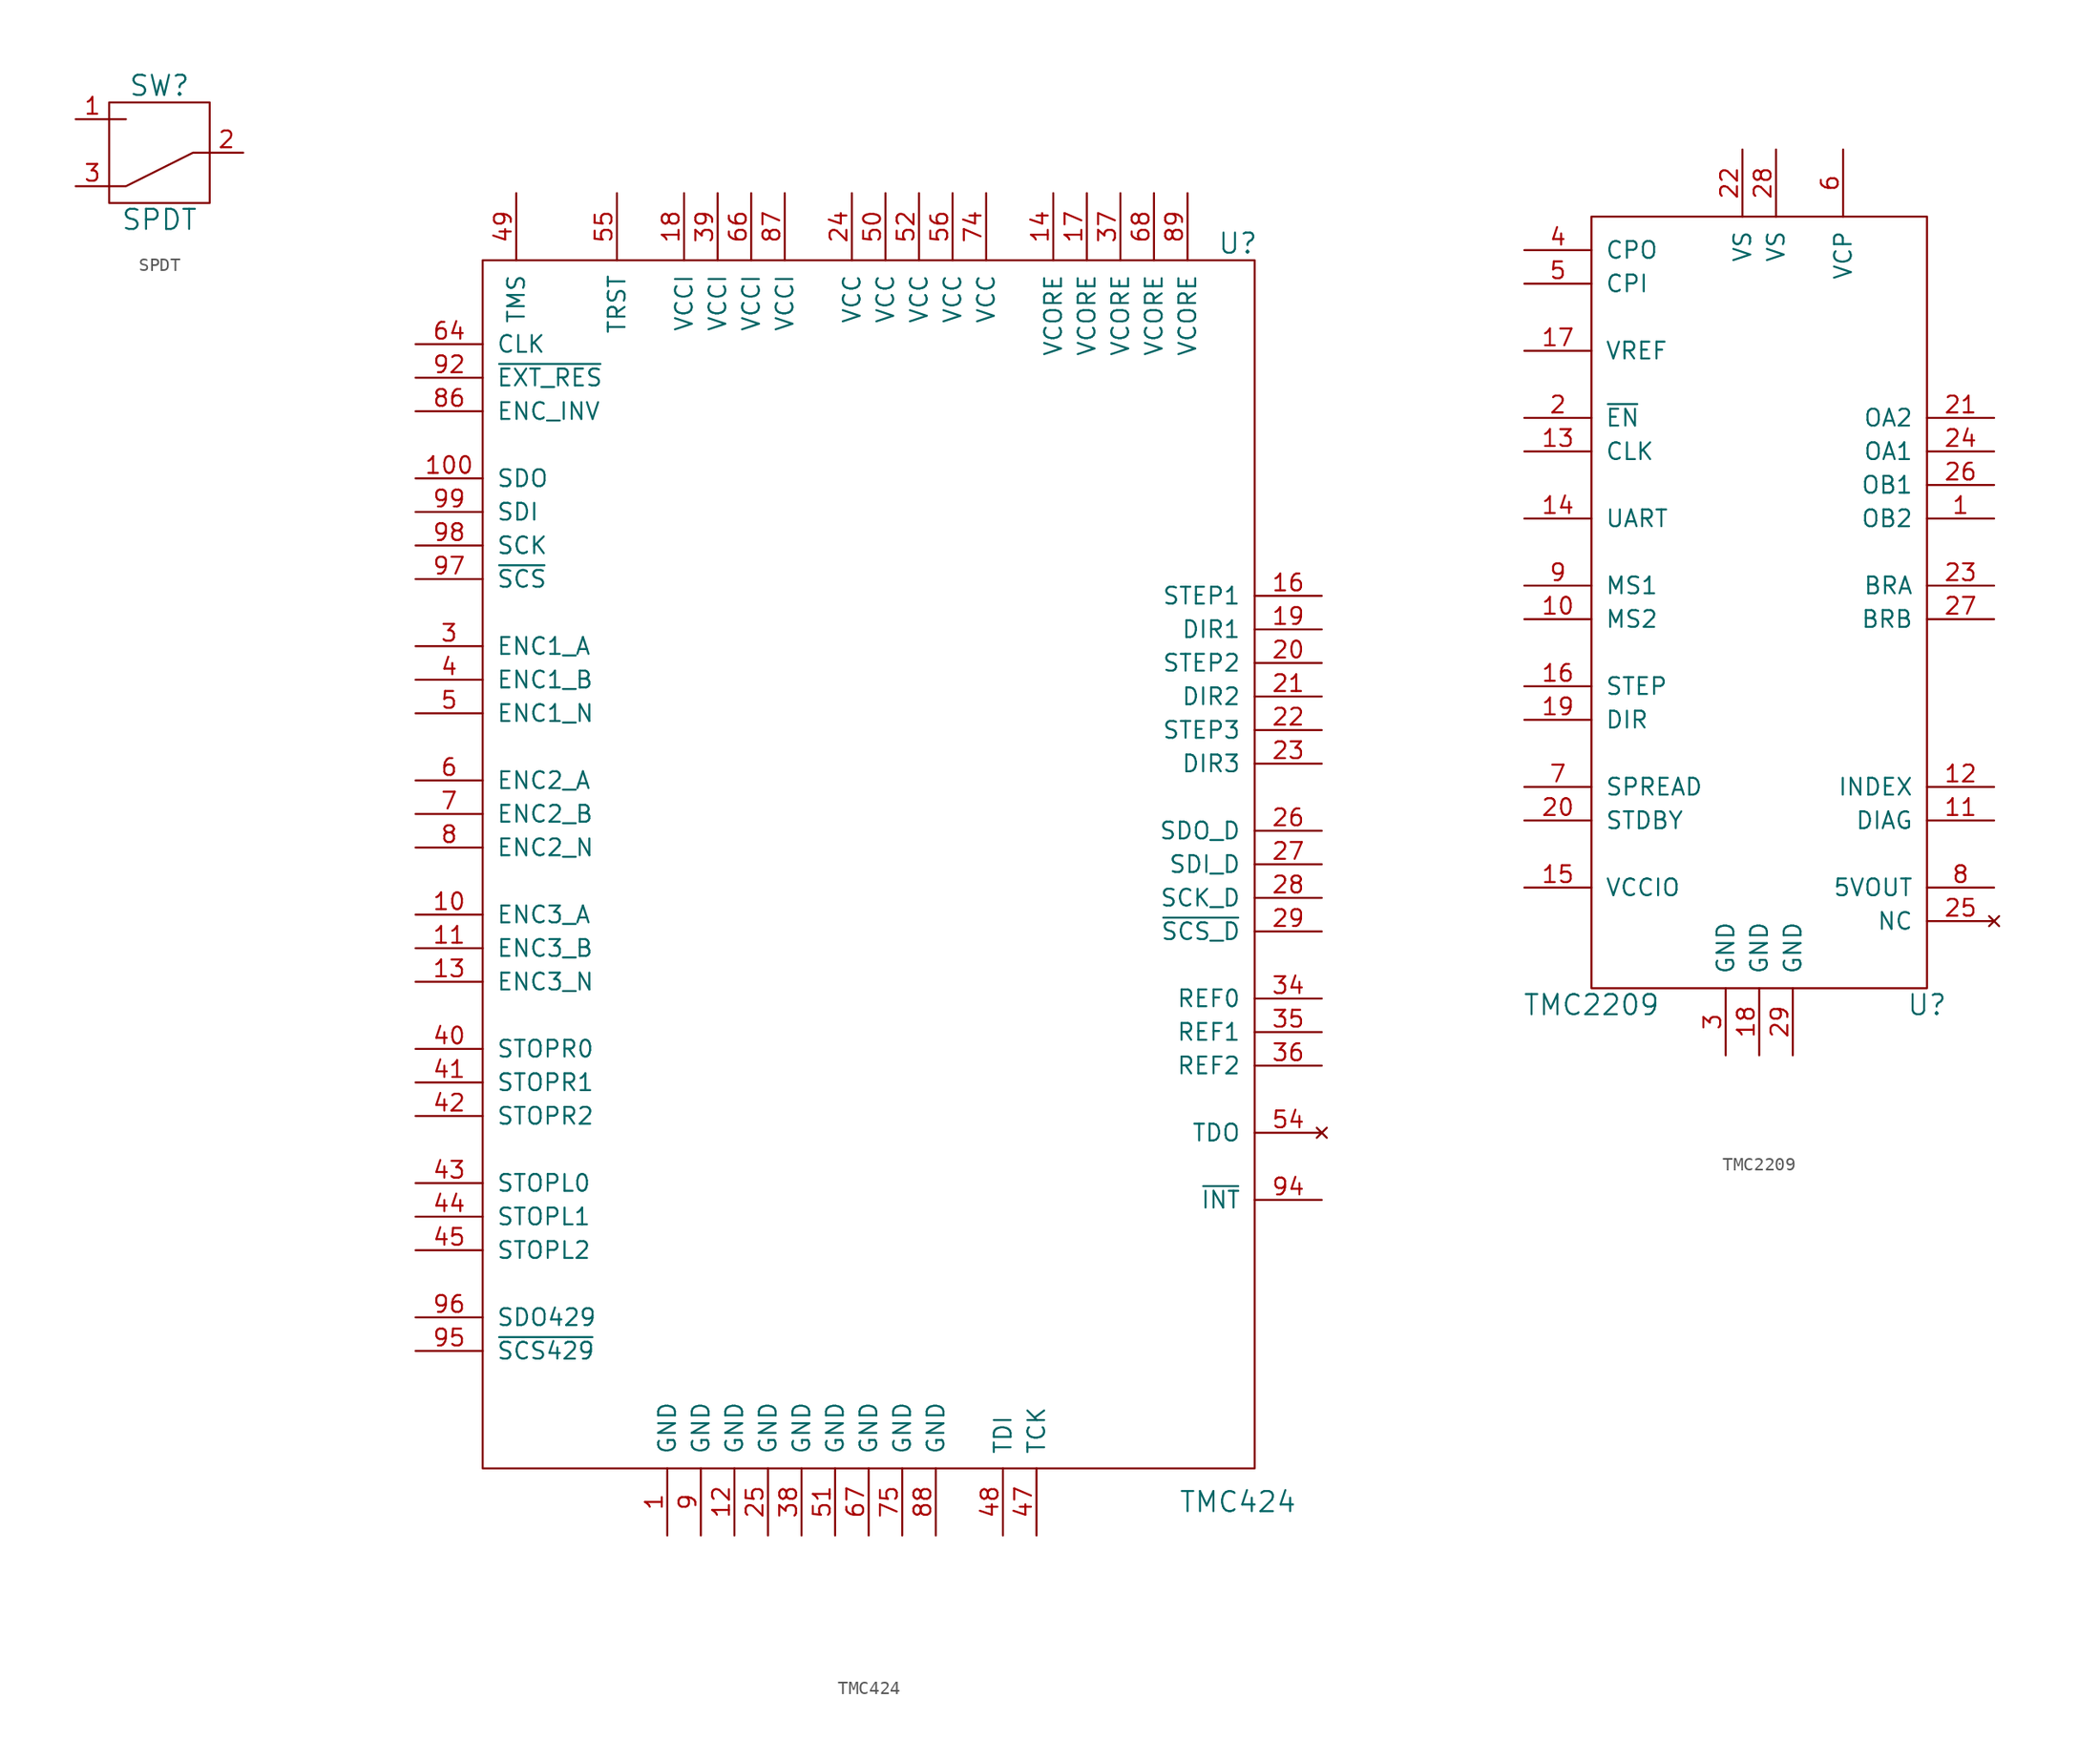
<source format=kicad_sym>
(kicad_symbol_lib
  (version 20211014)
  (generator kicad_symbol_editor)
  (symbol "SPDT"
    (pin_names
      (offset 1.016))
    (property "Reference" "SW"
      (at 0 5.08 0)
      (effects (font (size 1.524 1.524))))
    (property "Value" "SPDT"
      (at 0 -5.08 0)
      (effects (font (size 1.524 1.524))))
    (property "Footprint" ""
      (at 0 0 0)
      (effects (font (size 1.524 1.524))))
    (property "Datasheet" ""
      (at 0 0 0)
      (effects (font (size 1.524 1.524))))
    (symbol "SPDT_0_1"
      (rectangle (start -3.81 3.81) (end 3.81 -3.81) (stroke (width 0) (type default) (color 0 0 0 0)) (fill (type none)))
      (polyline (pts (xy -3.81 2.54) (xy -2.54 2.54)) (stroke (width 0) (type default) (color 0 0 0 0)) (fill (type none)))
      (polyline (pts (xy -3.81 -2.54) (xy -2.54 -2.54) (xy 2.54 0) (xy 3.81 0)) (stroke (width 0) (type default) (color 0 0 0 0)) (fill (type none))))
    (symbol "SPDT_1_1"
      (pin bidirectional line (at -6.35 2.54 0) (length 2.54) (name "~" (effects (font (size 1.27 1.27)))) (number "1" (effects (font (size 1.27 1.27)))))
      (pin bidirectional line (at 6.35 0 180) (length 2.54) (name "~" (effects (font (size 1.27 1.27)))) (number "2" (effects (font (size 1.27 1.27)))))
      (pin bidirectional line (at -6.35 -2.54 0) (length 2.54) (name "~" (effects (font (size 1.27 1.27)))) (number "3" (effects (font (size 1.27 1.27)))))))
  (symbol "TMC424"
    (pin_names
      (offset 1.016))
    (property "Reference" "U"
      (at 27.94 46.99 0)
      (effects (font (size 1.524 1.524))))
    (property "Value" "TMC424"
      (at 27.94 -48.26 0)
      (effects (font (size 1.524 1.524))))
    (symbol "TMC424_0_1"
      (rectangle (start -29.21 45.72) (end 29.21 -45.72) (stroke (width 0) (type default) (color 0 0 0 0)) (fill (type none))))
    (symbol "TMC424_1_1"
      (pin power_in line (at -15.24 -50.8 90) (length 5.08) (name "GND" (effects (font (size 1.27 1.27)))) (number "1" (effects (font (size 1.27 1.27)))))
      (pin input line (at -34.29 -3.81 0) (length 5.08) (name "ENC3_A" (effects (font (size 1.27 1.27)))) (number "10" (effects (font (size 1.27 1.27)))))
      (pin output line (at -34.29 29.21 0) (length 5.08) (name "SDO" (effects (font (size 1.27 1.27)))) (number "100" (effects (font (size 1.27 1.27)))))
      (pin input line (at -34.29 -6.35 0) (length 5.08) (name "ENC3_B" (effects (font (size 1.27 1.27)))) (number "11" (effects (font (size 1.27 1.27)))))
      (pin power_in line (at -10.16 -50.8 90) (length 5.08) (name "GND" (effects (font (size 1.27 1.27)))) (number "12" (effects (font (size 1.27 1.27)))))
      (pin input line (at -34.29 -8.89 0) (length 5.08) (name "ENC3_N" (effects (font (size 1.27 1.27)))) (number "13" (effects (font (size 1.27 1.27)))))
      (pin power_in line (at 13.97 50.8 270) (length 5.08) (name "VCORE" (effects (font (size 1.27 1.27)))) (number "14" (effects (font (size 1.27 1.27)))))
      (pin output line (at 34.29 20.32 180) (length 5.08) (name "STEP1" (effects (font (size 1.27 1.27)))) (number "16" (effects (font (size 1.27 1.27)))))
      (pin power_in line (at 16.51 50.8 270) (length 5.08) (name "VCORE" (effects (font (size 1.27 1.27)))) (number "17" (effects (font (size 1.27 1.27)))))
      (pin power_in line (at -13.97 50.8 270) (length 5.08) (name "VCCI" (effects (font (size 1.27 1.27)))) (number "18" (effects (font (size 1.27 1.27)))))
      (pin output line (at 34.29 17.78 180) (length 5.08) (name "DIR1" (effects (font (size 1.27 1.27)))) (number "19" (effects (font (size 1.27 1.27)))))
      (pin output line (at 34.29 15.24 180) (length 5.08) (name "STEP2" (effects (font (size 1.27 1.27)))) (number "20" (effects (font (size 1.27 1.27)))))
      (pin output line (at 34.29 12.7 180) (length 5.08) (name "DIR2" (effects (font (size 1.27 1.27)))) (number "21" (effects (font (size 1.27 1.27)))))
      (pin output line (at 34.29 10.16 180) (length 5.08) (name "STEP3" (effects (font (size 1.27 1.27)))) (number "22" (effects (font (size 1.27 1.27)))))
      (pin output line (at 34.29 7.62 180) (length 5.08) (name "DIR3" (effects (font (size 1.27 1.27)))) (number "23" (effects (font (size 1.27 1.27)))))
      (pin power_in line (at -1.27 50.8 270) (length 5.08) (name "VCC" (effects (font (size 1.27 1.27)))) (number "24" (effects (font (size 1.27 1.27)))))
      (pin power_in line (at -7.62 -50.8 90) (length 5.08) (name "GND" (effects (font (size 1.27 1.27)))) (number "25" (effects (font (size 1.27 1.27)))))
      (pin output line (at 34.29 2.54 180) (length 5.08) (name "SDO_D" (effects (font (size 1.27 1.27)))) (number "26" (effects (font (size 1.27 1.27)))))
      (pin input line (at 34.29 0 180) (length 5.08) (name "SDI_D" (effects (font (size 1.27 1.27)))) (number "27" (effects (font (size 1.27 1.27)))))
      (pin input line (at 34.29 -2.54 180) (length 5.08) (name "SCK_D" (effects (font (size 1.27 1.27)))) (number "28" (effects (font (size 1.27 1.27)))))
      (pin input line (at 34.29 -5.08 180) (length 5.08) (name "~{SCS_D}" (effects (font (size 1.27 1.27)))) (number "29" (effects (font (size 1.27 1.27)))))
      (pin input line (at -34.29 16.51 0) (length 5.08) (name "ENC1_A" (effects (font (size 1.27 1.27)))) (number "3" (effects (font (size 1.27 1.27)))))
      (pin output line (at 34.29 -10.16 180) (length 5.08) (name "REF0" (effects (font (size 1.27 1.27)))) (number "34" (effects (font (size 1.27 1.27)))))
      (pin output line (at 34.29 -12.7 180) (length 5.08) (name "REF1" (effects (font (size 1.27 1.27)))) (number "35" (effects (font (size 1.27 1.27)))))
      (pin output line (at 34.29 -15.24 180) (length 5.08) (name "REF2" (effects (font (size 1.27 1.27)))) (number "36" (effects (font (size 1.27 1.27)))))
      (pin power_in line (at 19.05 50.8 270) (length 5.08) (name "VCORE" (effects (font (size 1.27 1.27)))) (number "37" (effects (font (size 1.27 1.27)))))
      (pin power_in line (at -5.08 -50.8 90) (length 5.08) (name "GND" (effects (font (size 1.27 1.27)))) (number "38" (effects (font (size 1.27 1.27)))))
      (pin power_in line (at -11.43 50.8 270) (length 5.08) (name "VCCI" (effects (font (size 1.27 1.27)))) (number "39" (effects (font (size 1.27 1.27)))))
      (pin input line (at -34.29 13.97 0) (length 5.08) (name "ENC1_B" (effects (font (size 1.27 1.27)))) (number "4" (effects (font (size 1.27 1.27)))))
      (pin input line (at -34.29 -13.97 0) (length 5.08) (name "STOPR0" (effects (font (size 1.27 1.27)))) (number "40" (effects (font (size 1.27 1.27)))))
      (pin input line (at -34.29 -16.51 0) (length 5.08) (name "STOPR1" (effects (font (size 1.27 1.27)))) (number "41" (effects (font (size 1.27 1.27)))))
      (pin input line (at -34.29 -19.05 0) (length 5.08) (name "STOPR2" (effects (font (size 1.27 1.27)))) (number "42" (effects (font (size 1.27 1.27)))))
      (pin input line (at -34.29 -24.13 0) (length 5.08) (name "STOPL0" (effects (font (size 1.27 1.27)))) (number "43" (effects (font (size 1.27 1.27)))))
      (pin input line (at -34.29 -26.67 0) (length 5.08) (name "STOPL1" (effects (font (size 1.27 1.27)))) (number "44" (effects (font (size 1.27 1.27)))))
      (pin input line (at -34.29 -29.21 0) (length 5.08) (name "STOPL2" (effects (font (size 1.27 1.27)))) (number "45" (effects (font (size 1.27 1.27)))))
      (pin power_in line (at 12.7 -50.8 90) (length 5.08) (name "TCK" (effects (font (size 1.27 1.27)))) (number "47" (effects (font (size 1.27 1.27)))))
      (pin power_in line (at 10.16 -50.8 90) (length 5.08) (name "TDI" (effects (font (size 1.27 1.27)))) (number "48" (effects (font (size 1.27 1.27)))))
      (pin passive line (at -26.67 50.8 270) (length 5.08) (name "TMS" (effects (font (size 1.27 1.27)))) (number "49" (effects (font (size 1.27 1.27)))))
      (pin input line (at -34.29 11.43 0) (length 5.08) (name "ENC1_N" (effects (font (size 1.27 1.27)))) (number "5" (effects (font (size 1.27 1.27)))))
      (pin power_in line (at 1.27 50.8 270) (length 5.08) (name "VCC" (effects (font (size 1.27 1.27)))) (number "50" (effects (font (size 1.27 1.27)))))
      (pin power_in line (at -2.54 -50.8 90) (length 5.08) (name "GND" (effects (font (size 1.27 1.27)))) (number "51" (effects (font (size 1.27 1.27)))))
      (pin power_in line (at 3.81 50.8 270) (length 5.08) (name "VCC" (effects (font (size 1.27 1.27)))) (number "52" (effects (font (size 1.27 1.27)))))
      (pin no_connect line (at 34.29 -20.32 180) (length 5.08) (name "TDO" (effects (font (size 1.27 1.27)))) (number "54" (effects (font (size 1.27 1.27)))))
      (pin passive line (at -19.05 50.8 270) (length 5.08) (name "TRST" (effects (font (size 1.27 1.27)))) (number "55" (effects (font (size 1.27 1.27)))))
      (pin power_in line (at 6.35 50.8 270) (length 5.08) (name "VCC" (effects (font (size 1.27 1.27)))) (number "56" (effects (font (size 1.27 1.27)))))
      (pin input line (at -34.29 6.35 0) (length 5.08) (name "ENC2_A" (effects (font (size 1.27 1.27)))) (number "6" (effects (font (size 1.27 1.27)))))
      (pin input line (at -34.29 39.37 0) (length 5.08) (name "CLK" (effects (font (size 1.27 1.27)))) (number "64" (effects (font (size 1.27 1.27)))))
      (pin power_in line (at -8.89 50.8 270) (length 5.08) (name "VCCI" (effects (font (size 1.27 1.27)))) (number "66" (effects (font (size 1.27 1.27)))))
      (pin power_in line (at 0 -50.8 90) (length 5.08) (name "GND" (effects (font (size 1.27 1.27)))) (number "67" (effects (font (size 1.27 1.27)))))
      (pin power_in line (at 21.59 50.8 270) (length 5.08) (name "VCORE" (effects (font (size 1.27 1.27)))) (number "68" (effects (font (size 1.27 1.27)))))
      (pin input line (at -34.29 3.81 0) (length 5.08) (name "ENC2_B" (effects (font (size 1.27 1.27)))) (number "7" (effects (font (size 1.27 1.27)))))
      (pin power_in line (at 8.89 50.8 270) (length 5.08) (name "VCC" (effects (font (size 1.27 1.27)))) (number "74" (effects (font (size 1.27 1.27)))))
      (pin power_in line (at 2.54 -50.8 90) (length 5.08) (name "GND" (effects (font (size 1.27 1.27)))) (number "75" (effects (font (size 1.27 1.27)))))
      (pin input line (at -34.29 1.27 0) (length 5.08) (name "ENC2_N" (effects (font (size 1.27 1.27)))) (number "8" (effects (font (size 1.27 1.27)))))
      (pin input line (at -34.29 34.29 0) (length 5.08) (name "ENC_INV" (effects (font (size 1.27 1.27)))) (number "86" (effects (font (size 1.27 1.27)))))
      (pin power_in line (at -6.35 50.8 270) (length 5.08) (name "VCCI" (effects (font (size 1.27 1.27)))) (number "87" (effects (font (size 1.27 1.27)))))
      (pin power_in line (at 5.08 -50.8 90) (length 5.08) (name "GND" (effects (font (size 1.27 1.27)))) (number "88" (effects (font (size 1.27 1.27)))))
      (pin power_in line (at 24.13 50.8 270) (length 5.08) (name "VCORE" (effects (font (size 1.27 1.27)))) (number "89" (effects (font (size 1.27 1.27)))))
      (pin power_in line (at -12.7 -50.8 90) (length 5.08) (name "GND" (effects (font (size 1.27 1.27)))) (number "9" (effects (font (size 1.27 1.27)))))
      (pin input line (at -34.29 36.83 0) (length 5.08) (name "~{EXT_RES}" (effects (font (size 1.27 1.27)))) (number "92" (effects (font (size 1.27 1.27)))))
      (pin output line (at 34.29 -25.4 180) (length 5.08) (name "~{INT}" (effects (font (size 1.27 1.27)))) (number "94" (effects (font (size 1.27 1.27)))))
      (pin input line (at -34.29 -36.83 0) (length 5.08) (name "~{SCS429}" (effects (font (size 1.27 1.27)))) (number "95" (effects (font (size 1.27 1.27)))))
      (pin input line (at -34.29 -34.29 0) (length 5.08) (name "SDO429" (effects (font (size 1.27 1.27)))) (number "96" (effects (font (size 1.27 1.27)))))
      (pin input line (at -34.29 21.59 0) (length 5.08) (name "~{SCS}" (effects (font (size 1.27 1.27)))) (number "97" (effects (font (size 1.27 1.27)))))
      (pin input line (at -34.29 24.13 0) (length 5.08) (name "SCK" (effects (font (size 1.27 1.27)))) (number "98" (effects (font (size 1.27 1.27)))))
      (pin input line (at -34.29 26.67 0) (length 5.08) (name "SDI" (effects (font (size 1.27 1.27)))) (number "99" (effects (font (size 1.27 1.27)))))))
  (symbol "TMC2209"
    (pin_names
      (offset 1.016))
    (property "Reference" "U"
      (at 12.7 -30.48 0)
      (effects (font (size 1.524 1.524))))
    (property "Value" "TMC2209"
      (at -12.7 -30.48 0)
      (effects (font (size 1.524 1.524))))
    (symbol "TMC2209_0_1"
      (rectangle (start -12.7 29.21) (end 12.7 -29.21) (stroke (width 0) (type default) (color 0 0 0 0)) (fill (type none))))
    (symbol "TMC2209_1_1"
      (pin passive line (at 17.78 6.35 180) (length 5.08) (name "OB2" (effects (font (size 1.27 1.27)))) (number "1" (effects (font (size 1.27 1.27)))))
      (pin passive line (at -17.78 -1.27 0) (length 5.08) (name "MS2" (effects (font (size 1.27 1.27)))) (number "10" (effects (font (size 1.27 1.27)))))
      (pin passive line (at 17.78 -16.51 180) (length 5.08) (name "DIAG" (effects (font (size 1.27 1.27)))) (number "11" (effects (font (size 1.27 1.27)))))
      (pin passive line (at 17.78 -13.97 180) (length 5.08) (name "INDEX" (effects (font (size 1.27 1.27)))) (number "12" (effects (font (size 1.27 1.27)))))
      (pin input line (at -17.78 11.43 0) (length 5.08) (name "CLK" (effects (font (size 1.27 1.27)))) (number "13" (effects (font (size 1.27 1.27)))))
      (pin passive line (at -17.78 6.35 0) (length 5.08) (name "UART" (effects (font (size 1.27 1.27)))) (number "14" (effects (font (size 1.27 1.27)))))
      (pin passive line (at -17.78 -21.59 0) (length 5.08) (name "VCCIO" (effects (font (size 1.27 1.27)))) (number "15" (effects (font (size 1.27 1.27)))))
      (pin input line (at -17.78 -6.35 0) (length 5.08) (name "STEP" (effects (font (size 1.27 1.27)))) (number "16" (effects (font (size 1.27 1.27)))))
      (pin passive line (at -17.78 19.05 0) (length 5.08) (name "VREF" (effects (font (size 1.27 1.27)))) (number "17" (effects (font (size 1.27 1.27)))))
      (pin power_in line (at 0 -34.29 90) (length 5.08) (name "GND" (effects (font (size 1.27 1.27)))) (number "18" (effects (font (size 1.27 1.27)))))
      (pin input line (at -17.78 -8.89 0) (length 5.08) (name "DIR" (effects (font (size 1.27 1.27)))) (number "19" (effects (font (size 1.27 1.27)))))
      (pin input line (at -17.78 13.97 0) (length 5.08) (name "~{EN}" (effects (font (size 1.27 1.27)))) (number "2" (effects (font (size 1.27 1.27)))))
      (pin passive line (at -17.78 -16.51 0) (length 5.08) (name "STDBY" (effects (font (size 1.27 1.27)))) (number "20" (effects (font (size 1.27 1.27)))))
      (pin passive line (at 17.78 13.97 180) (length 5.08) (name "OA2" (effects (font (size 1.27 1.27)))) (number "21" (effects (font (size 1.27 1.27)))))
      (pin power_in line (at -1.27 34.29 270) (length 5.08) (name "VS" (effects (font (size 1.27 1.27)))) (number "22" (effects (font (size 1.27 1.27)))))
      (pin passive line (at 17.78 1.27 180) (length 5.08) (name "BRA" (effects (font (size 1.27 1.27)))) (number "23" (effects (font (size 1.27 1.27)))))
      (pin passive line (at 17.78 11.43 180) (length 5.08) (name "OA1" (effects (font (size 1.27 1.27)))) (number "24" (effects (font (size 1.27 1.27)))))
      (pin no_connect line (at 17.78 -24.13 180) (length 5.08) (name "NC" (effects (font (size 1.27 1.27)))) (number "25" (effects (font (size 1.27 1.27)))))
      (pin passive line (at 17.78 8.89 180) (length 5.08) (name "OB1" (effects (font (size 1.27 1.27)))) (number "26" (effects (font (size 1.27 1.27)))))
      (pin passive line (at 17.78 -1.27 180) (length 5.08) (name "BRB" (effects (font (size 1.27 1.27)))) (number "27" (effects (font (size 1.27 1.27)))))
      (pin power_in line (at 1.27 34.29 270) (length 5.08) (name "VS" (effects (font (size 1.27 1.27)))) (number "28" (effects (font (size 1.27 1.27)))))
      (pin power_in line (at 2.54 -34.29 90) (length 5.08) (name "GND" (effects (font (size 1.27 1.27)))) (number "29" (effects (font (size 1.27 1.27)))))
      (pin power_in line (at -2.54 -34.29 90) (length 5.08) (name "GND" (effects (font (size 1.27 1.27)))) (number "3" (effects (font (size 1.27 1.27)))))
      (pin passive line (at -17.78 26.67 0) (length 5.08) (name "CPO" (effects (font (size 1.27 1.27)))) (number "4" (effects (font (size 1.27 1.27)))))
      (pin passive line (at -17.78 24.13 0) (length 5.08) (name "CPI" (effects (font (size 1.27 1.27)))) (number "5" (effects (font (size 1.27 1.27)))))
      (pin power_in line (at 6.35 34.29 270) (length 5.08) (name "VCP" (effects (font (size 1.27 1.27)))) (number "6" (effects (font (size 1.27 1.27)))))
      (pin passive line (at -17.78 -13.97 0) (length 5.08) (name "SPREAD" (effects (font (size 1.27 1.27)))) (number "7" (effects (font (size 1.27 1.27)))))
      (pin power_out line (at 17.78 -21.59 180) (length 5.08) (name "5VOUT" (effects (font (size 1.27 1.27)))) (number "8" (effects (font (size 1.27 1.27)))))
      (pin passive line (at -17.78 1.27 0) (length 5.08) (name "MS1" (effects (font (size 1.27 1.27)))) (number "9" (effects (font (size 1.27 1.27))))))))
</source>
